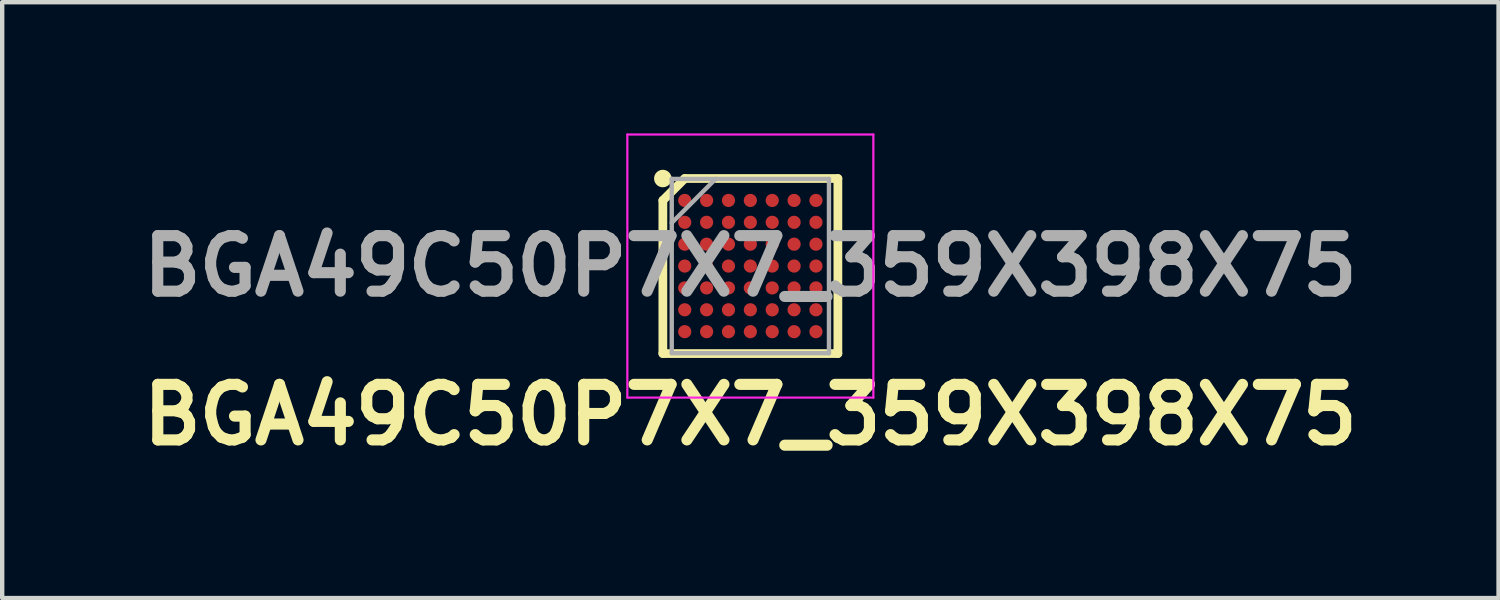
<source format=kicad_pcb>
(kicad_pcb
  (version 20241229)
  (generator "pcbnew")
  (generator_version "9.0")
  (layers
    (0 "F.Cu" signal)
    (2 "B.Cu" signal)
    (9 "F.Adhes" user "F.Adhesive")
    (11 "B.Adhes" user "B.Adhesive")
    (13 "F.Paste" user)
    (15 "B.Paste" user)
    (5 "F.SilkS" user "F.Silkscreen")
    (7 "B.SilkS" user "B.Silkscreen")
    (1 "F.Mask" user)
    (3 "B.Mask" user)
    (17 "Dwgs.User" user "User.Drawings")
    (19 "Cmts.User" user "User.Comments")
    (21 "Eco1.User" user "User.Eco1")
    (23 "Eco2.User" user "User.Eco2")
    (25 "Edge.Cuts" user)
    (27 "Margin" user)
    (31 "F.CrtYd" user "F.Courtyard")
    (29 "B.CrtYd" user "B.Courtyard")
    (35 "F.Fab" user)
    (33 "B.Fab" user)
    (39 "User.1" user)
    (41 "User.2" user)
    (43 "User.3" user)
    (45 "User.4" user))
  (footprint "BGA49C50P7X7_359X398X75"
    (layer "F.Cu")
    (at 14.103 3.032)
    (property "Reference" "BGA49C50P7X7_359X398X75" (at 0.001 3.4 0) (layer "F.SilkS") (effects (font (size 1.27 1.27) (thickness 0.254))))
    (attr smd)
    (fp_line (start -2 -1.501) (end -1.499 -2.002) (stroke (width 0.2) (type solid)) (layer "F.SilkS"))
    (fp_line (start -2 2) (end -2 -1.501) (stroke (width 0.2) (type solid)) (layer "F.SilkS"))
    (fp_line (start -1.5 -2.001) (end 2.001 -2.001) (stroke (width 0.2) (type solid)) (layer "F.SilkS"))
    (fp_line (start 2.001 -2.001) (end 2.001 2) (stroke (width 0.2) (type solid)) (layer "F.SilkS"))
    (fp_line (start 2.001 2) (end -2 2) (stroke (width 0.2) (type solid)) (layer "F.SilkS"))
    (fp_circle (center -2.001 -2.001) (end -2.001 -1.901) (stroke (width 0.2) (type solid)) (fill no) (layer "F.SilkS"))
    (fp_line (start -2.812 -3.007) (end 2.812 -3.007) (stroke (width 0.05) (type solid)) (layer "F.CrtYd"))
    (fp_line (start -2.812 3.007) (end -2.812 -3.007) (stroke (width 0.05) (type solid)) (layer "F.CrtYd"))
    (fp_line (start 2.812 -3.007) (end 2.812 3.007) (stroke (width 0.05) (type solid)) (layer "F.CrtYd"))
    (fp_line (start 2.812 3.007) (end -2.812 3.007) (stroke (width 0.05) (type solid)) (layer "F.CrtYd"))
    (fp_line (start -1.797 -1.992) (end 1.797 -1.992) (stroke (width 0.1) (type solid)) (layer "F.Fab"))
    (fp_line (start -1.797 -0.988) (end -0.793 -1.992) (stroke (width 0.1) (type solid)) (layer "F.Fab"))
    (fp_line (start -1.797 1.992) (end -1.797 -1.992) (stroke (width 0.1) (type solid)) (layer "F.Fab"))
    (fp_line (start 1.797 -1.992) (end 1.797 1.992) (stroke (width 0.1) (type solid)) (layer "F.Fab"))
    (fp_line (start 1.797 1.992) (end -1.797 1.992) (stroke (width 0.1) (type solid)) (layer "F.Fab"))
    (fp_text user "${REFERENCE}" (at 0 0 0) (layer "F.Fab") (effects (font (size 1.27 1.27) (thickness 0.254))))
    (pad "A1" smd circle (at -1.5 -1.5 90) (size 0.301 0.301) (layers "F.Cu" "F.Mask" "F.Paste"))
    (pad "A2" smd circle (at -1 -1.5 90) (size 0.301 0.301) (layers "F.Cu" "F.Mask" "F.Paste"))
    (pad "A3" smd circle (at -0.5 -1.5 90) (size 0.301 0.301) (layers "F.Cu" "F.Mask" "F.Paste"))
    (pad "A4" smd circle (at 0 -1.5 90) (size 0.301 0.301) (layers "F.Cu" "F.Mask" "F.Paste"))
    (pad "A5" smd circle (at 0.5 -1.5 90) (size 0.301 0.301) (layers "F.Cu" "F.Mask" "F.Paste"))
    (pad "A6" smd circle (at 1 -1.5 90) (size 0.301 0.301) (layers "F.Cu" "F.Mask" "F.Paste"))
    (pad "A7" smd circle (at 1.5 -1.5 90) (size 0.301 0.301) (layers "F.Cu" "F.Mask" "F.Paste"))
    (pad "B1" smd circle (at -1.5 -1 90) (size 0.301 0.301) (layers "F.Cu" "F.Mask" "F.Paste"))
    (pad "B2" smd circle (at -1 -1 90) (size 0.301 0.301) (layers "F.Cu" "F.Mask" "F.Paste"))
    (pad "B3" smd circle (at -0.5 -1 90) (size 0.301 0.301) (layers "F.Cu" "F.Mask" "F.Paste"))
    (pad "B4" smd circle (at 0 -1 90) (size 0.301 0.301) (layers "F.Cu" "F.Mask" "F.Paste"))
    (pad "B5" smd circle (at 0.5 -1 90) (size 0.301 0.301) (layers "F.Cu" "F.Mask" "F.Paste"))
    (pad "B6" smd circle (at 1 -1 90) (size 0.301 0.301) (layers "F.Cu" "F.Mask" "F.Paste"))
    (pad "B7" smd circle (at 1.5 -1 90) (size 0.301 0.301) (layers "F.Cu" "F.Mask" "F.Paste"))
    (pad "C1" smd circle (at -1.5 -0.5 90) (size 0.301 0.301) (layers "F.Cu" "F.Mask" "F.Paste"))
    (pad "C2" smd circle (at -1 -0.5 90) (size 0.301 0.301) (layers "F.Cu" "F.Mask" "F.Paste"))
    (pad "C3" smd circle (at -0.5 -0.5 90) (size 0.301 0.301) (layers "F.Cu" "F.Mask" "F.Paste"))
    (pad "C4" smd circle (at 0 -0.5 90) (size 0.301 0.301) (layers "F.Cu" "F.Mask" "F.Paste"))
    (pad "C5" smd circle (at 0.5 -0.5 90) (size 0.301 0.301) (layers "F.Cu" "F.Mask" "F.Paste"))
    (pad "C6" smd circle (at 1 -0.5 90) (size 0.301 0.301) (layers "F.Cu" "F.Mask" "F.Paste"))
    (pad "C7" smd circle (at 1.5 -0.5 90) (size 0.301 0.301) (layers "F.Cu" "F.Mask" "F.Paste"))
    (pad "D1" smd circle (at -1.5 0 90) (size 0.301 0.301) (layers "F.Cu" "F.Mask" "F.Paste"))
    (pad "D2" smd circle (at -1 0 90) (size 0.301 0.301) (layers "F.Cu" "F.Mask" "F.Paste"))
    (pad "D3" smd circle (at -0.5 0 90) (size 0.301 0.301) (layers "F.Cu" "F.Mask" "F.Paste"))
    (pad "D4" smd circle (at 0 0 90) (size 0.301 0.301) (layers "F.Cu" "F.Mask" "F.Paste"))
    (pad "D5" smd circle (at 0.5 0 90) (size 0.301 0.301) (layers "F.Cu" "F.Mask" "F.Paste"))
    (pad "D6" smd circle (at 1 0 90) (size 0.301 0.301) (layers "F.Cu" "F.Mask" "F.Paste"))
    (pad "D7" smd circle (at 1.5 0 90) (size 0.301 0.301) (layers "F.Cu" "F.Mask" "F.Paste"))
    (pad "E1" smd circle (at -1.5 0.5 90) (size 0.301 0.301) (layers "F.Cu" "F.Mask" "F.Paste"))
    (pad "E2" smd circle (at -1 0.5 90) (size 0.301 0.301) (layers "F.Cu" "F.Mask" "F.Paste"))
    (pad "E3" smd circle (at -0.5 0.5 90) (size 0.301 0.301) (layers "F.Cu" "F.Mask" "F.Paste"))
    (pad "E4" smd circle (at 0 0.5 90) (size 0.301 0.301) (layers "F.Cu" "F.Mask" "F.Paste"))
    (pad "E5" smd circle (at 0.5 0.5 90) (size 0.301 0.301) (layers "F.Cu" "F.Mask" "F.Paste"))
    (pad "E6" smd circle (at 1 0.5 90) (size 0.301 0.301) (layers "F.Cu" "F.Mask" "F.Paste"))
    (pad "E7" smd circle (at 1.5 0.5 90) (size 0.301 0.301) (layers "F.Cu" "F.Mask" "F.Paste"))
    (pad "F1" smd circle (at -1.5 1 90) (size 0.301 0.301) (layers "F.Cu" "F.Mask" "F.Paste"))
    (pad "F2" smd circle (at -1 1 90) (size 0.301 0.301) (layers "F.Cu" "F.Mask" "F.Paste"))
    (pad "F3" smd circle (at -0.5 1 90) (size 0.301 0.301) (layers "F.Cu" "F.Mask" "F.Paste"))
    (pad "F4" smd circle (at 0 1 90) (size 0.301 0.301) (layers "F.Cu" "F.Mask" "F.Paste"))
    (pad "F5" smd circle (at 0.5 1 90) (size 0.301 0.301) (layers "F.Cu" "F.Mask" "F.Paste"))
    (pad "F6" smd circle (at 1 1 90) (size 0.301 0.301) (layers "F.Cu" "F.Mask" "F.Paste"))
    (pad "F7" smd circle (at 1.5 1 90) (size 0.301 0.301) (layers "F.Cu" "F.Mask" "F.Paste"))
    (pad "G1" smd circle (at -1.5 1.5 90) (size 0.301 0.301) (layers "F.Cu" "F.Mask" "F.Paste"))
    (pad "G2" smd circle (at -1 1.5 90) (size 0.301 0.301) (layers "F.Cu" "F.Mask" "F.Paste"))
    (pad "G3" smd circle (at -0.5 1.5 90) (size 0.301 0.301) (layers "F.Cu" "F.Mask" "F.Paste"))
    (pad "G4" smd circle (at 0 1.5 90) (size 0.301 0.301) (layers "F.Cu" "F.Mask" "F.Paste"))
    (pad "G5" smd circle (at 0.5 1.5 90) (size 0.301 0.301) (layers "F.Cu" "F.Mask" "F.Paste"))
    (pad "G6" smd circle (at 1 1.5 90) (size 0.301 0.301) (layers "F.Cu" "F.Mask" "F.Paste"))
    (pad "G7" smd circle (at 1.5 1.5 90) (size 0.301 0.301) (layers "F.Cu" "F.Mask" "F.Paste")))
  (gr_rect
    (start -3 -3)
    (end 31.207 10.621)
    (stroke (width 0.1) (type default))
    (fill no)
    (layer "Edge.Cuts")))
</source>
